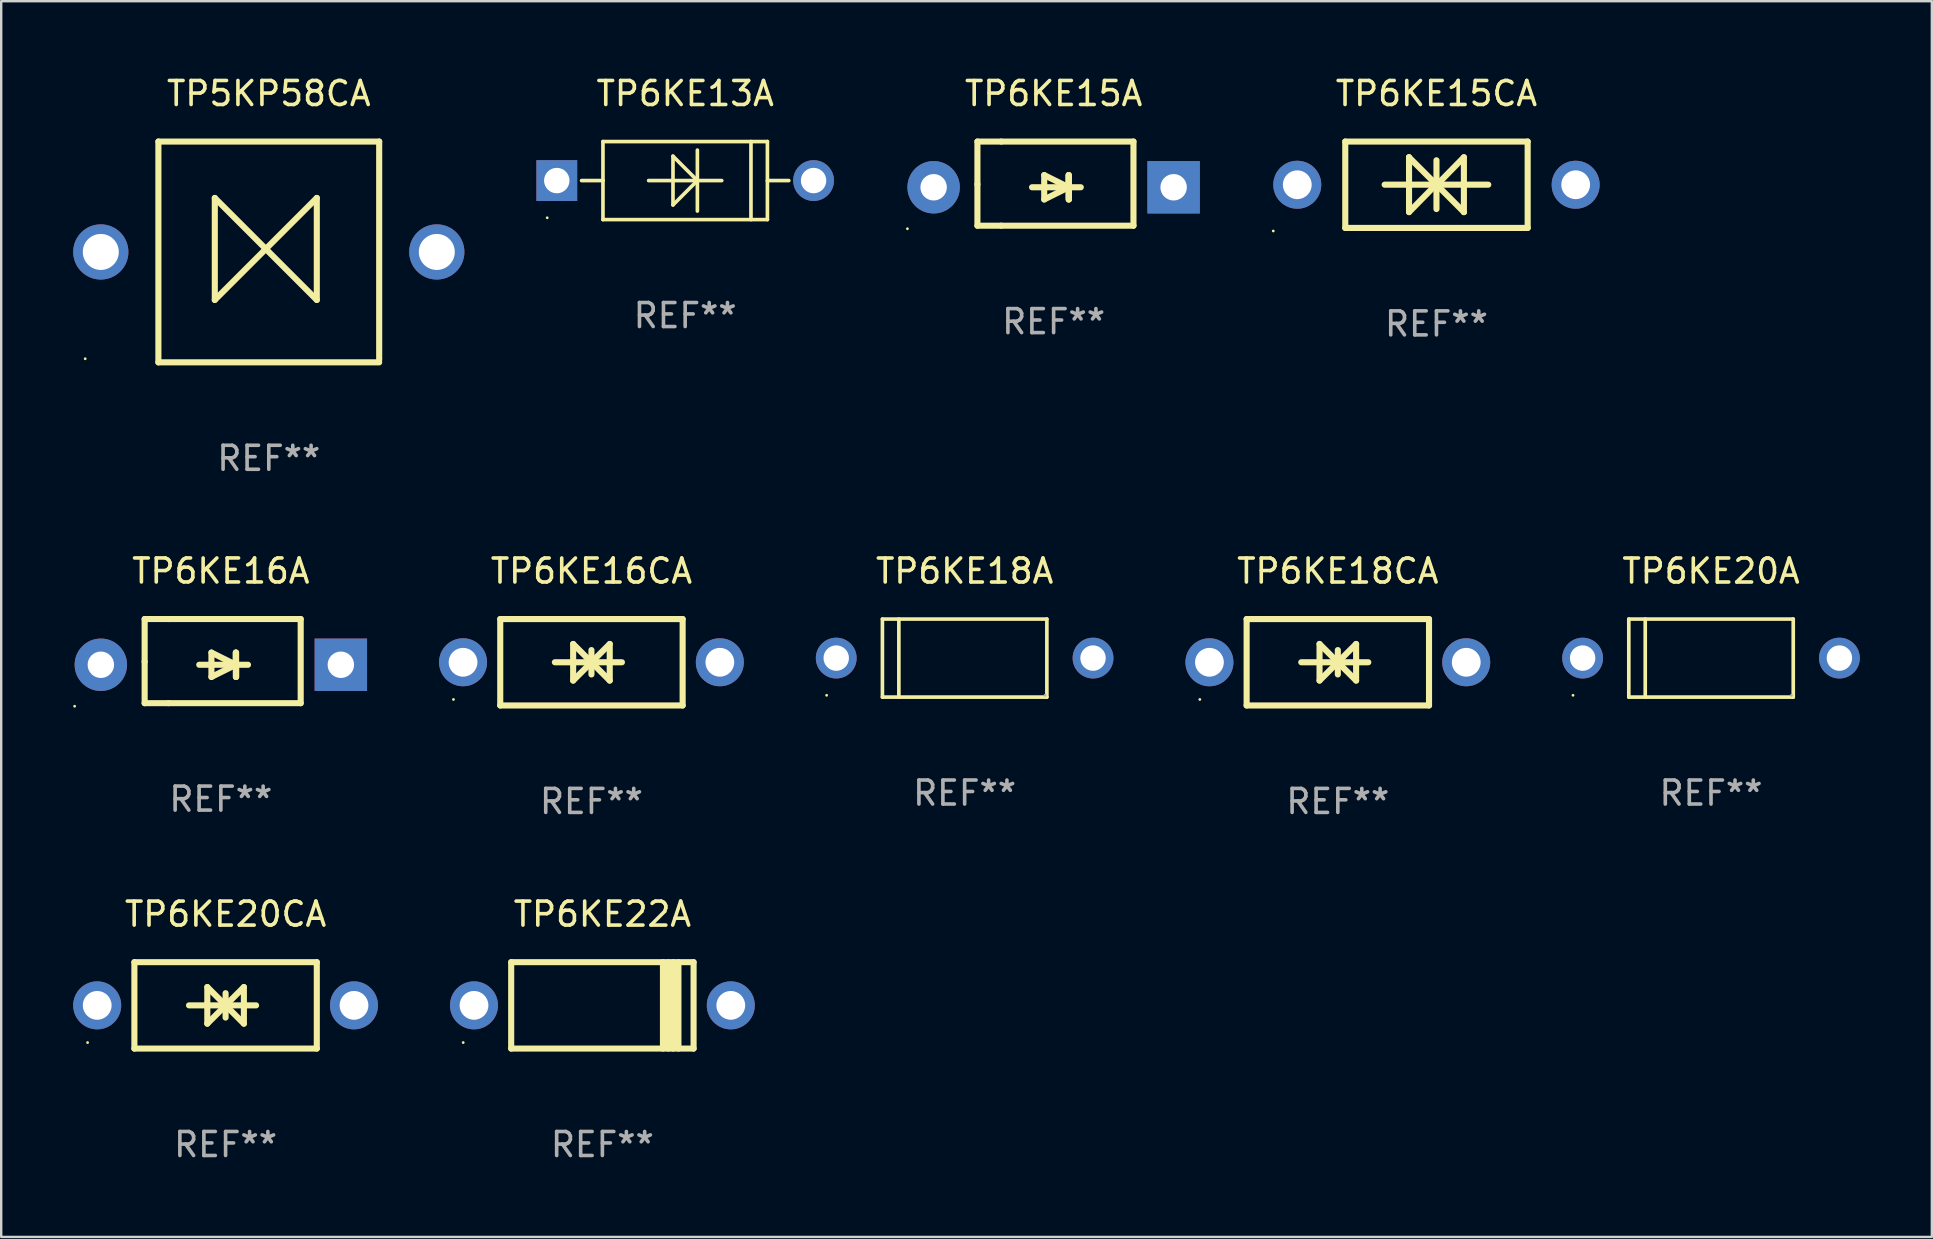
<source format=kicad_pcb>
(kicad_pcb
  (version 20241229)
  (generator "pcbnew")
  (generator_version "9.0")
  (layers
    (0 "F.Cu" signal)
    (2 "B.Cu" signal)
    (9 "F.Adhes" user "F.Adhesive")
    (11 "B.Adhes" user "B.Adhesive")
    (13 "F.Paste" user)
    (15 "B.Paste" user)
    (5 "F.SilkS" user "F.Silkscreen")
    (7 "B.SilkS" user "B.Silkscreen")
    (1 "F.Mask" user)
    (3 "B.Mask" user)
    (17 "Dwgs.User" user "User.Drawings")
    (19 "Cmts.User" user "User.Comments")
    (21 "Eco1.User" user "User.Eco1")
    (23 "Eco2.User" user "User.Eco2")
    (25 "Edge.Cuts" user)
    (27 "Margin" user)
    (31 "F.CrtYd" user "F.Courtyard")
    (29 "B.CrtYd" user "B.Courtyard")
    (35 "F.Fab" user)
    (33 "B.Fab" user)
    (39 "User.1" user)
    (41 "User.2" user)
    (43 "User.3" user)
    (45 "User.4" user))
  (footprint "TP6KE16A"
    (layer "F.Cu")
    (at 6.152 24.497)
    (property "Reference" "TP6KE16A" (at 0 -3.753 0) (layer "F.SilkS") (effects (font (size 1 1) (thickness 0.15))))
    (attr through_hole)
    (fp_line (start -3.175 -1.753) (end -2.184 -1.753) (stroke (width 0.254) (type solid)) (layer "F.SilkS"))
    (fp_line (start -3.175 0.025) (end -3.175 -1.753) (stroke (width 0.254) (type solid)) (layer "F.SilkS"))
    (fp_line (start -3.175 1.753) (end -3.175 0.025) (stroke (width 0.254) (type solid)) (layer "F.SilkS"))
    (fp_line (start -2.184 -1.753) (end 3.327 -1.753) (stroke (width 0.254) (type solid)) (layer "F.SilkS"))
    (fp_line (start -2.184 1.753) (end -3.175 1.753) (stroke (width 0.254) (type solid)) (layer "F.SilkS"))
    (fp_line (start -0.9 0.152) (end 1.132 0.152) (stroke (width 0.254) (type solid)) (layer "F.SilkS"))
    (fp_line (start -0.392 -0.356) (end -0.392 0.66) (stroke (width 0.254) (type solid)) (layer "F.SilkS"))
    (fp_line (start -0.392 0.66) (end 0.624 0.152) (stroke (width 0.254) (type solid)) (layer "F.SilkS"))
    (fp_line (start 0.624 -0.356) (end 0.624 0.66) (stroke (width 0.254) (type solid)) (layer "F.SilkS"))
    (fp_line (start 0.624 0.152) (end -0.392 -0.356) (stroke (width 0.254) (type solid)) (layer "F.SilkS"))
    (fp_line (start 0.624 0.152) (end 0.624 -0.356) (stroke (width 0.254) (type solid)) (layer "F.SilkS"))
    (fp_line (start 0.636 0.152) (end 0.636 0.66) (stroke (width 0.254) (type solid)) (layer "F.SilkS"))
    (fp_line (start 0.636 0.66) (end 0.636 -0.356) (stroke (width 0.254) (type solid)) (layer "F.SilkS"))
    (fp_line (start 3.327 -1.753) (end 3.327 1.753) (stroke (width 0.254) (type solid)) (layer "F.SilkS"))
    (fp_line (start 3.327 1.753) (end -2.184 1.753) (stroke (width 0.254) (type solid)) (layer "F.SilkS"))
    (fp_circle (center -6.092 1.88) (end -6.062 1.88) (stroke (width 0.06) (type solid)) (fill no) (layer "F.SilkS"))
    (fp_text user "REF**" (at 0 5.753 0) (layer "F.Fab") (effects (font (size 1 1) (thickness 0.15))))
    (pad "1" thru_hole circle (at -5 0.152) (size 2.184 2.184) (drill 1.102) (layers "*.Cu" "*.Mask"))
    (pad "2" thru_hole rect (at 5 0.152) (size 2.184 2.184) (drill 1.102) (layers "*.Cu" "*.Mask")))
  (footprint "TP6KE15A"
    (layer "F.Cu")
    (at 40.852 4.601)
    (property "Reference" "TP6KE15A" (at 0 -3.753 0) (layer "F.SilkS") (effects (font (size 1 1) (thickness 0.15))))
    (attr through_hole)
    (fp_line (start -3.175 -1.753) (end -2.184 -1.753) (stroke (width 0.254) (type solid)) (layer "F.SilkS"))
    (fp_line (start -3.175 0.025) (end -3.175 -1.753) (stroke (width 0.254) (type solid)) (layer "F.SilkS"))
    (fp_line (start -3.175 1.753) (end -3.175 0.025) (stroke (width 0.254) (type solid)) (layer "F.SilkS"))
    (fp_line (start -2.184 -1.753) (end 3.327 -1.753) (stroke (width 0.254) (type solid)) (layer "F.SilkS"))
    (fp_line (start -2.184 1.753) (end -3.175 1.753) (stroke (width 0.254) (type solid)) (layer "F.SilkS"))
    (fp_line (start -0.9 0.152) (end 1.132 0.152) (stroke (width 0.254) (type solid)) (layer "F.SilkS"))
    (fp_line (start -0.392 -0.356) (end -0.392 0.66) (stroke (width 0.254) (type solid)) (layer "F.SilkS"))
    (fp_line (start -0.392 0.66) (end 0.624 0.152) (stroke (width 0.254) (type solid)) (layer "F.SilkS"))
    (fp_line (start 0.624 -0.356) (end 0.624 0.66) (stroke (width 0.254) (type solid)) (layer "F.SilkS"))
    (fp_line (start 0.624 0.152) (end -0.392 -0.356) (stroke (width 0.254) (type solid)) (layer "F.SilkS"))
    (fp_line (start 0.624 0.152) (end 0.624 -0.356) (stroke (width 0.254) (type solid)) (layer "F.SilkS"))
    (fp_line (start 0.636 0.152) (end 0.636 0.66) (stroke (width 0.254) (type solid)) (layer "F.SilkS"))
    (fp_line (start 0.636 0.66) (end 0.636 -0.356) (stroke (width 0.254) (type solid)) (layer "F.SilkS"))
    (fp_line (start 3.327 -1.753) (end 3.327 1.753) (stroke (width 0.254) (type solid)) (layer "F.SilkS"))
    (fp_line (start 3.327 1.753) (end -2.184 1.753) (stroke (width 0.254) (type solid)) (layer "F.SilkS"))
    (fp_circle (center -6.092 1.88) (end -6.062 1.88) (stroke (width 0.06) (type solid)) (fill no) (layer "F.SilkS"))
    (fp_text user "REF**" (at 0 5.753 0) (layer "F.Fab") (effects (font (size 1 1) (thickness 0.15))))
    (pad "1" thru_hole circle (at -5 0.152) (size 2.184 2.184) (drill 1.102) (layers "*.Cu" "*.Mask"))
    (pad "2" thru_hole rect (at 5 0.152) (size 2.184 2.184) (drill 1.102) (layers "*.Cu" "*.Mask")))
  (footprint "TP6KE16CA"
    (layer "F.Cu")
    (at 21.594 24.545)
    (property "Reference" "TP6KE16CA" (at 0 -3.8 0) (layer "F.SilkS") (effects (font (size 1 1) (thickness 0.15))))
    (attr through_hole)
    (fp_line (start -3.8 -1.8) (end -3.8 1.8) (stroke (width 0.254) (type solid)) (layer "F.SilkS"))
    (fp_line (start -3.8 -1.8) (end 3.8 -1.8) (stroke (width 0.254) (type solid)) (layer "F.SilkS"))
    (fp_line (start -3.8 1.8) (end 3.8 1.8) (stroke (width 0.254) (type solid)) (layer "F.SilkS"))
    (fp_line (start -1.524 0) (end 1.27 0) (stroke (width 0.254) (type solid)) (layer "F.SilkS"))
    (fp_line (start -0.762 -0.762) (end 0.762 0.762) (stroke (width 0.254) (type solid)) (layer "F.SilkS"))
    (fp_line (start -0.762 0.762) (end -0.762 -0.762) (stroke (width 0.254) (type solid)) (layer "F.SilkS"))
    (fp_line (start 0 -0.508) (end 0 0.508) (stroke (width 0.254) (type solid)) (layer "F.SilkS"))
    (fp_line (start 0.762 -0.762) (end -0.762 0.762) (stroke (width 0.254) (type solid)) (layer "F.SilkS"))
    (fp_line (start 0.762 0.762) (end 0.762 -0.762) (stroke (width 0.254) (type solid)) (layer "F.SilkS"))
    (fp_line (start 3.8 -1.8) (end 3.8 1.8) (stroke (width 0.254) (type solid)) (layer "F.SilkS"))
    (fp_circle (center -5.75 1.55) (end -5.72 1.55) (stroke (width 0.06) (type solid)) (fill no) (layer "F.SilkS"))
    (fp_text user "REF**" (at 0 5.8 0) (layer "F.Fab") (effects (font (size 1 1) (thickness 0.15))))
    (pad "1" thru_hole circle (at -5.35 0) (size 2 2) (drill 1.2) (layers "*.Cu" "*.Mask"))
    (pad "2" thru_hole circle (at 5.35 0) (size 2 2) (drill 1.2) (layers "*.Cu" "*.Mask")))
  (footprint "TP6KE20CA"
    (layer "F.Cu")
    (at 6.35 38.841)
    (property "Reference" "TP6KE20CA" (at 0 -3.8 0) (layer "F.SilkS") (effects (font (size 1 1) (thickness 0.15))))
    (attr through_hole)
    (fp_line (start -3.8 -1.8) (end -3.8 1.8) (stroke (width 0.254) (type solid)) (layer "F.SilkS"))
    (fp_line (start -3.8 -1.8) (end 3.8 -1.8) (stroke (width 0.254) (type solid)) (layer "F.SilkS"))
    (fp_line (start -3.8 1.8) (end 3.8 1.8) (stroke (width 0.254) (type solid)) (layer "F.SilkS"))
    (fp_line (start -1.524 0) (end 1.27 0) (stroke (width 0.254) (type solid)) (layer "F.SilkS"))
    (fp_line (start -0.762 -0.762) (end 0.762 0.762) (stroke (width 0.254) (type solid)) (layer "F.SilkS"))
    (fp_line (start -0.762 0.762) (end -0.762 -0.762) (stroke (width 0.254) (type solid)) (layer "F.SilkS"))
    (fp_line (start 0 -0.508) (end 0 0.508) (stroke (width 0.254) (type solid)) (layer "F.SilkS"))
    (fp_line (start 0.762 -0.762) (end -0.762 0.762) (stroke (width 0.254) (type solid)) (layer "F.SilkS"))
    (fp_line (start 0.762 0.762) (end 0.762 -0.762) (stroke (width 0.254) (type solid)) (layer "F.SilkS"))
    (fp_line (start 3.8 -1.8) (end 3.8 1.8) (stroke (width 0.254) (type solid)) (layer "F.SilkS"))
    (fp_circle (center -5.75 1.55) (end -5.72 1.55) (stroke (width 0.06) (type solid)) (fill no) (layer "F.SilkS"))
    (fp_text user "REF**" (at 0 5.8 0) (layer "F.Fab") (effects (font (size 1 1) (thickness 0.15))))
    (pad "1" thru_hole circle (at -5.35 0) (size 2 2) (drill 1.2) (layers "*.Cu" "*.Mask"))
    (pad "2" thru_hole circle (at 5.35 0) (size 2 2) (drill 1.2) (layers "*.Cu" "*.Mask")))
  (footprint "TP6KE22A"
    (layer "F.Cu")
    (at 22.05 38.841)
    (property "Reference" "TP6KE22A" (at 0 -3.8 0) (layer "F.SilkS") (effects (font (size 1 1) (thickness 0.15))))
    (attr through_hole)
    (fp_line (start -3.8 1.8) (end -3.8 -1.8) (stroke (width 0.254) (type solid)) (layer "F.SilkS"))
    (fp_line (start 2.524 1.8) (end 2.524 -1.8) (stroke (width 0.254) (type solid)) (layer "F.SilkS"))
    (fp_line (start 2.75 1.8) (end 2.75 -1.8) (stroke (width 0.254) (type solid)) (layer "F.SilkS"))
    (fp_line (start 2.95 -1.8) (end 2.95 1.8) (stroke (width 0.254) (type solid)) (layer "F.SilkS"))
    (fp_line (start 3.168 -1.8) (end 3.168 1.8) (stroke (width 0.254) (type solid)) (layer "F.SilkS"))
    (fp_line (start 3.8 1.8) (end -3.8 1.8) (stroke (width 0.254) (type solid)) (layer "F.SilkS"))
    (fp_line (start 3.8 1.8) (end 3.8 -1.8) (stroke (width 0.254) (type solid)) (layer "F.SilkS"))
    (fp_line (start 3.8 -1.8) (end -3.8 -1.8) (stroke (width 0.254) (type solid)) (layer "F.SilkS"))
    (fp_circle (center -5.8 1.55) (end -5.77 1.55) (stroke (width 0.06) (type solid)) (fill no) (layer "F.SilkS"))
    (fp_text user "REF**" (at 0 5.8 0) (layer "F.Fab") (effects (font (size 1 1) (thickness 0.15))))
    (pad "1" thru_hole circle (at -5.35 0) (size 2 2) (drill 1.2) (layers "*.Cu" "*.Mask"))
    (pad "2" thru_hole circle (at 5.35 0) (size 2 2) (drill 1.2) (layers "*.Cu" "*.Mask")))
  (footprint "TP6KE13A"
    (layer "F.Cu")
    (at 25.5 4.474)
    (property "Reference" "TP6KE13A" (at 0 -3.626 0) (layer "F.SilkS") (effects (font (size 1 1) (thickness 0.15))))
    (attr through_hole)
    (fp_line (start -3.436 0) (end -4.318 0) (stroke (width 0.152) (type solid)) (layer "F.SilkS"))
    (fp_line (start -3.426 -0.01) (end -3.436 0) (stroke (width 0.152) (type solid)) (layer "F.SilkS"))
    (fp_line (start -3.426 -1.626) (end 3.426 -1.626) (stroke (width 0.152) (type solid)) (layer "F.SilkS"))
    (fp_line (start -3.426 1.626) (end -3.426 -1.626) (stroke (width 0.152) (type solid)) (layer "F.SilkS"))
    (fp_line (start -0.508 -1.016) (end 0.508 0) (stroke (width 0.152) (type solid)) (layer "F.SilkS"))
    (fp_line (start -0.508 1.016) (end -0.508 -1.016) (stroke (width 0.152) (type solid)) (layer "F.SilkS"))
    (fp_line (start 0.508 0) (end -0.508 1.016) (stroke (width 0.152) (type solid)) (layer "F.SilkS"))
    (fp_line (start 0.508 1.27) (end 0.508 -1.27) (stroke (width 0.152) (type solid)) (layer "F.SilkS"))
    (fp_line (start 1.524 0) (end -1.524 0) (stroke (width 0.152) (type solid)) (layer "F.SilkS"))
    (fp_line (start 2.741 1.626) (end 2.741 -1.626) (stroke (width 0.152) (type solid)) (layer "F.SilkS"))
    (fp_line (start 3.426 -1.626) (end 3.426 1.626) (stroke (width 0.152) (type solid)) (layer "F.SilkS"))
    (fp_line (start 3.426 0.01) (end 3.436 0) (stroke (width 0.152) (type solid)) (layer "F.SilkS"))
    (fp_line (start 3.426 1.626) (end -3.426 1.626) (stroke (width 0.152) (type solid)) (layer "F.SilkS"))
    (fp_line (start 3.436 0) (end 4.318 0) (stroke (width 0.152) (type solid)) (layer "F.SilkS"))
    (fp_circle (center -5.75 1.55) (end -5.72 1.55) (stroke (width 0.06) (type solid)) (fill no) (layer "F.SilkS"))
    (fp_text user "REF**" (at 0 5.626 0) (layer "F.Fab") (effects (font (size 1 1) (thickness 0.15))))
    (pad "1" thru_hole rect (at -5.35 0) (size 1.7 1.7) (drill 1.06) (layers "*.Cu" "*.Mask"))
    (pad "2" thru_hole circle (at 5.35 0) (size 1.7 1.7) (drill 1.06) (layers "*.Cu" "*.Mask")))
  (footprint "TP5KP58CA"
    (layer "F.Cu")
    (at 8.15 7.448)
    (property "Reference" "TP5KP58CA" (at 0 -6.6 0) (layer "F.SilkS") (effects (font (size 1 1) (thickness 0.15))))
    (attr through_hole)
    (fp_line (start -4.6 -4.6) (end -4.6 4.6) (stroke (width 0.254) (type solid)) (layer "F.SilkS"))
    (fp_line (start -4.6 -4.6) (end 4.6 -4.6) (stroke (width 0.254) (type solid)) (layer "F.SilkS"))
    (fp_line (start -4.6 4.6) (end 4.6 4.6) (stroke (width 0.254) (type solid)) (layer "F.SilkS"))
    (fp_line (start -2.25 -2.25) (end -2.25 2) (stroke (width 0.254) (type solid)) (layer "F.SilkS"))
    (fp_line (start -2.25 2) (end 2 -2.25) (stroke (width 0.254) (type solid)) (layer "F.SilkS"))
    (fp_line (start 2 -2.25) (end 2 2) (stroke (width 0.254) (type solid)) (layer "F.SilkS"))
    (fp_line (start 2 2) (end -2.25 -2.25) (stroke (width 0.254) (type solid)) (layer "F.SilkS"))
    (fp_line (start 4.6 -4.6) (end 4.6 4.5) (stroke (width 0.254) (type solid)) (layer "F.SilkS"))
    (fp_circle (center -7.65 4.45) (end -7.62 4.45) (stroke (width 0.06) (type solid)) (fill no) (layer "F.SilkS"))
    (fp_text user "REF**" (at 0 8.6 0) (layer "F.Fab") (effects (font (size 1 1) (thickness 0.15))))
    (pad "1" thru_hole circle (at -7 0) (size 2.3 2.3) (drill 1.5) (layers "*.Cu" "*.Mask"))
    (pad "2" thru_hole circle (at 7 0) (size 2.3 2.3) (drill 1.5) (layers "*.Cu" "*.Mask")))
  (footprint "TP6KE18CA"
    (layer "F.Cu")
    (at 52.694 24.545)
    (property "Reference" "TP6KE18CA" (at 0 -3.8 0) (layer "F.SilkS") (effects (font (size 1 1) (thickness 0.15))))
    (attr through_hole)
    (fp_line (start -3.8 -1.8) (end -3.8 1.8) (stroke (width 0.254) (type solid)) (layer "F.SilkS"))
    (fp_line (start -3.8 -1.8) (end 3.8 -1.8) (stroke (width 0.254) (type solid)) (layer "F.SilkS"))
    (fp_line (start -3.8 1.8) (end 3.8 1.8) (stroke (width 0.254) (type solid)) (layer "F.SilkS"))
    (fp_line (start -1.524 0) (end 1.27 0) (stroke (width 0.254) (type solid)) (layer "F.SilkS"))
    (fp_line (start -0.762 -0.762) (end 0.762 0.762) (stroke (width 0.254) (type solid)) (layer "F.SilkS"))
    (fp_line (start -0.762 0.762) (end -0.762 -0.762) (stroke (width 0.254) (type solid)) (layer "F.SilkS"))
    (fp_line (start 0 -0.508) (end 0 0.508) (stroke (width 0.254) (type solid)) (layer "F.SilkS"))
    (fp_line (start 0.762 -0.762) (end -0.762 0.762) (stroke (width 0.254) (type solid)) (layer "F.SilkS"))
    (fp_line (start 0.762 0.762) (end 0.762 -0.762) (stroke (width 0.254) (type solid)) (layer "F.SilkS"))
    (fp_line (start 3.8 -1.8) (end 3.8 1.8) (stroke (width 0.254) (type solid)) (layer "F.SilkS"))
    (fp_circle (center -5.75 1.55) (end -5.72 1.55) (stroke (width 0.06) (type solid)) (fill no) (layer "F.SilkS"))
    (fp_text user "REF**" (at 0 5.8 0) (layer "F.Fab") (effects (font (size 1 1) (thickness 0.15))))
    (pad "1" thru_hole circle (at -5.35 0) (size 2 2) (drill 1.2) (layers "*.Cu" "*.Mask"))
    (pad "2" thru_hole circle (at 5.35 0) (size 2 2) (drill 1.2) (layers "*.Cu" "*.Mask")))
  (footprint "TP6KE20A"
    (layer "F.Cu")
    (at 68.244 24.371)
    (property "Reference" "TP6KE20A" (at 0 -3.626 0) (layer "F.SilkS") (effects (font (size 1 1) (thickness 0.15))))
    (attr through_hole)
    (fp_line (start -3.426 -1.626) (end 3.426 -1.626) (stroke (width 0.152) (type solid)) (layer "F.SilkS"))
    (fp_line (start -3.426 1.626) (end -3.426 -1.626) (stroke (width 0.152) (type solid)) (layer "F.SilkS"))
    (fp_line (start -2.741 -1.626) (end -2.741 1.626) (stroke (width 0.152) (type solid)) (layer "F.SilkS"))
    (fp_line (start 3.426 -1.626) (end 3.426 1.626) (stroke (width 0.152) (type solid)) (layer "F.SilkS"))
    (fp_line (start 3.426 1.626) (end -3.426 1.626) (stroke (width 0.152) (type solid)) (layer "F.SilkS"))
    (fp_circle (center -5.75 1.55) (end -5.72 1.55) (stroke (width 0.06) (type solid)) (fill no) (layer "F.SilkS"))
    (fp_circle (center 3.35 1.55) (end 3.38 1.55) (stroke (width 0.06) (type solid)) (fill no) (layer "F.Fab"))
    (fp_text user "REF**" (at 0 5.626 0) (layer "F.Fab") (effects (font (size 1 1) (thickness 0.15))))
    (pad "1" thru_hole circle (at -5.35 -0.000013) (size 1.7 1.7) (drill 1.06) (layers "*.Cu" "*.Mask"))
    (pad "2" thru_hole circle (at 5.35 -0.000013) (size 1.7 1.7) (drill 1.06) (layers "*.Cu" "*.Mask")))
  (footprint "TP6KE18A"
    (layer "F.Cu")
    (at 37.144 24.371)
    (property "Reference" "TP6KE18A" (at 0 -3.626 0) (layer "F.SilkS") (effects (font (size 1 1) (thickness 0.15))))
    (attr through_hole)
    (fp_line (start -3.426 -1.626) (end 3.426 -1.626) (stroke (width 0.152) (type solid)) (layer "F.SilkS"))
    (fp_line (start -3.426 1.626) (end -3.426 -1.626) (stroke (width 0.152) (type solid)) (layer "F.SilkS"))
    (fp_line (start -2.741 -1.626) (end -2.741 1.626) (stroke (width 0.152) (type solid)) (layer "F.SilkS"))
    (fp_line (start 3.426 -1.626) (end 3.426 1.626) (stroke (width 0.152) (type solid)) (layer "F.SilkS"))
    (fp_line (start 3.426 1.626) (end -3.426 1.626) (stroke (width 0.152) (type solid)) (layer "F.SilkS"))
    (fp_circle (center -5.75 1.55) (end -5.72 1.55) (stroke (width 0.06) (type solid)) (fill no) (layer "F.SilkS"))
    (fp_circle (center 3.35 1.55) (end 3.38 1.55) (stroke (width 0.06) (type solid)) (fill no) (layer "F.Fab"))
    (fp_text user "REF**" (at 0 5.626 0) (layer "F.Fab") (effects (font (size 1 1) (thickness 0.15))))
    (pad "1" thru_hole circle (at -5.35 -0.000013) (size 1.7 1.7) (drill 1.06) (layers "*.Cu" "*.Mask"))
    (pad "2" thru_hole circle (at 5.35 -0.000013) (size 1.7 1.7) (drill 1.06) (layers "*.Cu" "*.Mask")))
  (footprint "TP6KE15CA"
    (layer "F.Cu")
    (at 56.804 4.648)
    (property "Reference" "TP6KE15CA" (at 0 -3.8 0) (layer "F.SilkS") (effects (font (size 1 1) (thickness 0.15))))
    (attr through_hole)
    (fp_line (start -3.8 -1.8) (end -3.8 1.8) (stroke (width 0.254) (type solid)) (layer "F.SilkS"))
    (fp_line (start -3.8 -1.8) (end 3.8 -1.8) (stroke (width 0.254) (type solid)) (layer "F.SilkS"))
    (fp_line (start -3.8 1.8) (end 3.8 1.8) (stroke (width 0.254) (type solid)) (layer "F.SilkS"))
    (fp_line (start -2.159 -0.003) (end 2.159 -0.003) (stroke (width 0.254) (type solid)) (layer "F.SilkS"))
    (fp_line (start -1.143 -1.146) (end -1.143 1.14) (stroke (width 0.254) (type solid)) (layer "F.SilkS"))
    (fp_line (start -1.143 -1.143) (end -1.143 -1.146) (stroke (width 0.254) (type solid)) (layer "F.SilkS"))
    (fp_line (start 0 -1.019) (end 0 1.013) (stroke (width 0.254) (type solid)) (layer "F.SilkS"))
    (fp_line (start 0 -0.026) (end -1.143 1.14) (stroke (width 0.254) (type solid)) (layer "F.SilkS"))
    (fp_line (start 0 -0.006) (end 1.143 1.137) (stroke (width 0.254) (type solid)) (layer "F.SilkS"))
    (fp_line (start 0 0) (end -1.143 -1.143) (stroke (width 0.254) (type solid)) (layer "F.SilkS"))
    (fp_line (start 0 0.02) (end 1.143 -1.146) (stroke (width 0.254) (type solid)) (layer "F.SilkS"))
    (fp_line (start 1.143 1.137) (end 1.143 1.14) (stroke (width 0.254) (type solid)) (layer "F.SilkS"))
    (fp_line (start 1.143 1.14) (end 1.143 -1.146) (stroke (width 0.254) (type solid)) (layer "F.SilkS"))
    (fp_line (start 3.8 -1.8) (end 3.8 1.8) (stroke (width 0.254) (type solid)) (layer "F.SilkS"))
    (fp_circle (center -6.8 1.927) (end -6.77 1.927) (stroke (width 0.06) (type solid)) (fill no) (layer "F.SilkS"))
    (fp_text user "REF**" (at 0 5.8 0) (layer "F.Fab") (effects (font (size 1 1) (thickness 0.15))))
    (pad "1" thru_hole circle (at -5.8 0) (size 2 2) (drill 1.2) (layers "*.Cu" "*.Mask"))
    (pad "2" thru_hole circle (at 5.8 0) (size 2 2) (drill 1.2) (layers "*.Cu" "*.Mask")))
  (gr_rect
    (start -3 -3)
    (end 77.445 48.49)
    (stroke (width 0.1) (type default))
    (fill no)
    (layer "Edge.Cuts")))
</source>
